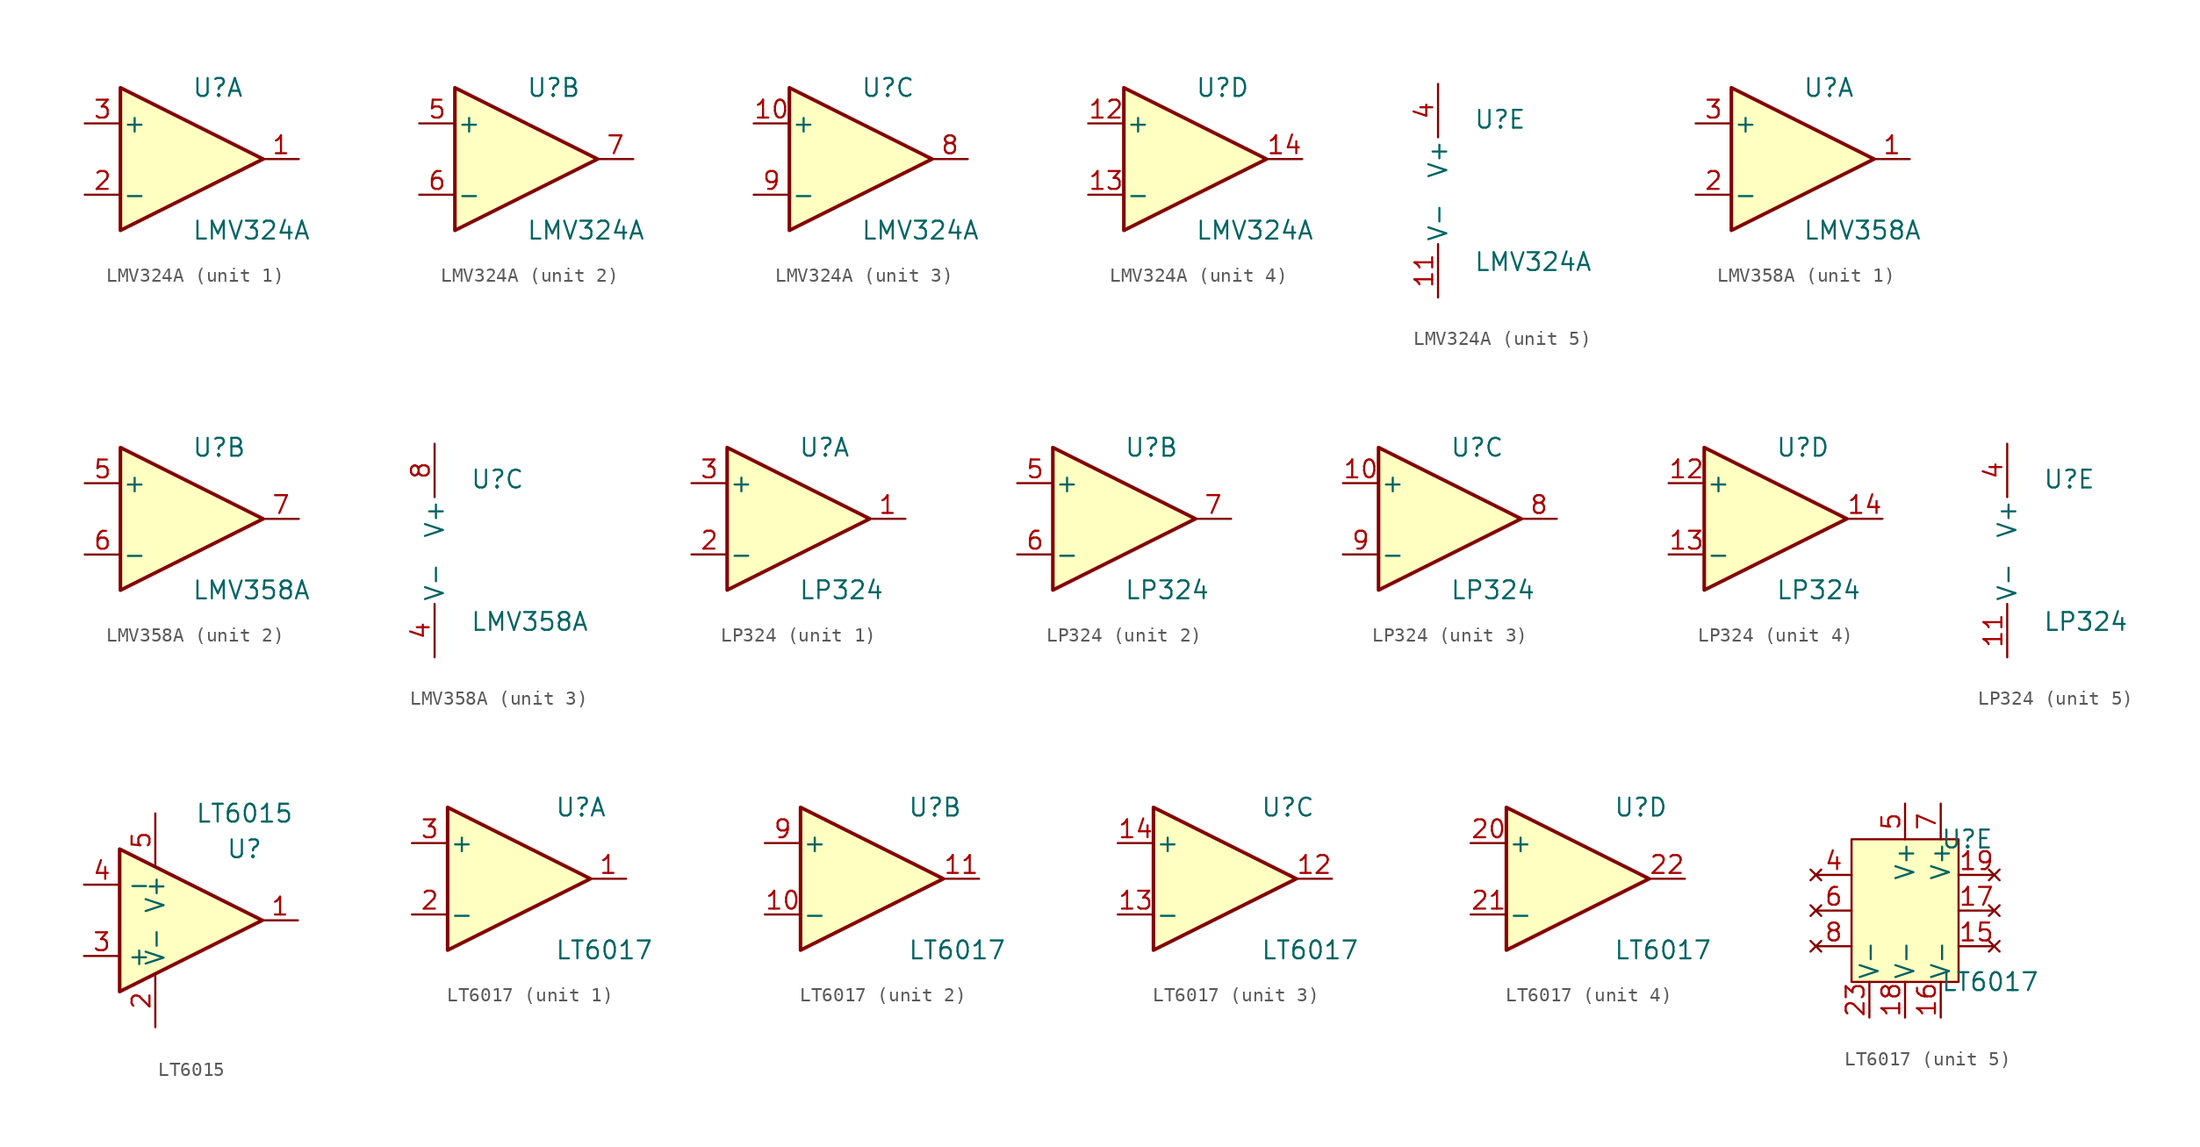
<source format=kicad_sym>
(kicad_symbol_lib
  (version 20231120)
  (generator "kicad_symbol_editor")
  (generator_version "8.0")
  (symbol "LMV324A"
    (pin_names
      (offset 0.127))
    (property "Reference" "U"
      (at 0 5.08 0)
      (effects (font (size 1.27 1.27)) (justify left)))
    (property "Value" "LMV324A"
      (at 0 -5.08 0)
      (effects (font (size 1.27 1.27)) (justify left)))
    (property "ki_locked" ""
      (at 0 0 0)
      (effects (font (size 1.27 1.27))))
    (symbol "LMV324A_1_1"
      (polyline (pts (xy -5.08 5.08) (xy 5.08 0) (xy -5.08 -5.08) (xy -5.08 5.08)) (stroke (width 0.254) (type default)) (fill (type background)))
      (pin output line (at 7.62 0 180) (length 2.54) (name "~" (effects (font (size 1.27 1.27)))) (number "1" (effects (font (size 1.27 1.27)))))
      (pin input line (at -7.62 -2.54 0) (length 2.54) (name "-" (effects (font (size 1.27 1.27)))) (number "2" (effects (font (size 1.27 1.27)))))
      (pin input line (at -7.62 2.54 0) (length 2.54) (name "+" (effects (font (size 1.27 1.27)))) (number "3" (effects (font (size 1.27 1.27))))))
    (symbol "LMV324A_2_1"
      (polyline (pts (xy -5.08 5.08) (xy 5.08 0) (xy -5.08 -5.08) (xy -5.08 5.08)) (stroke (width 0.254) (type default)) (fill (type background)))
      (pin input line (at -7.62 2.54 0) (length 2.54) (name "+" (effects (font (size 1.27 1.27)))) (number "5" (effects (font (size 1.27 1.27)))))
      (pin input line (at -7.62 -2.54 0) (length 2.54) (name "-" (effects (font (size 1.27 1.27)))) (number "6" (effects (font (size 1.27 1.27)))))
      (pin output line (at 7.62 0 180) (length 2.54) (name "~" (effects (font (size 1.27 1.27)))) (number "7" (effects (font (size 1.27 1.27))))))
    (symbol "LMV324A_3_1"
      (polyline (pts (xy -5.08 5.08) (xy 5.08 0) (xy -5.08 -5.08) (xy -5.08 5.08)) (stroke (width 0.254) (type default)) (fill (type background)))
      (pin input line (at -7.62 2.54 0) (length 2.54) (name "+" (effects (font (size 1.27 1.27)))) (number "10" (effects (font (size 1.27 1.27)))))
      (pin output line (at 7.62 0 180) (length 2.54) (name "~" (effects (font (size 1.27 1.27)))) (number "8" (effects (font (size 1.27 1.27)))))
      (pin input line (at -7.62 -2.54 0) (length 2.54) (name "-" (effects (font (size 1.27 1.27)))) (number "9" (effects (font (size 1.27 1.27))))))
    (symbol "LMV324A_4_1"
      (polyline (pts (xy -5.08 5.08) (xy 5.08 0) (xy -5.08 -5.08) (xy -5.08 5.08)) (stroke (width 0.254) (type default)) (fill (type background)))
      (pin input line (at -7.62 2.54 0) (length 2.54) (name "+" (effects (font (size 1.27 1.27)))) (number "12" (effects (font (size 1.27 1.27)))))
      (pin input line (at -7.62 -2.54 0) (length 2.54) (name "-" (effects (font (size 1.27 1.27)))) (number "13" (effects (font (size 1.27 1.27)))))
      (pin output line (at 7.62 0 180) (length 2.54) (name "~" (effects (font (size 1.27 1.27)))) (number "14" (effects (font (size 1.27 1.27))))))
    (symbol "LMV324A_5_1"
      (pin power_in line (at -2.54 -7.62 90) (length 3.81) (name "V-" (effects (font (size 1.27 1.27)))) (number "11" (effects (font (size 1.27 1.27)))))
      (pin power_in line (at -2.54 7.62 270) (length 3.81) (name "V+" (effects (font (size 1.27 1.27)))) (number "4" (effects (font (size 1.27 1.27)))))))
  (symbol "LMV358A"
    (pin_names
      (offset 0.127))
    (property "Reference" "U"
      (at 0 5.08 0)
      (effects (font (size 1.27 1.27)) (justify left)))
    (property "Value" "LMV358A"
      (at 0 -5.08 0)
      (effects (font (size 1.27 1.27)) (justify left)))
    (property "ki_locked" ""
      (at 0 0 0)
      (effects (font (size 1.27 1.27))))
    (symbol "LMV358A_1_1"
      (polyline (pts (xy -5.08 5.08) (xy 5.08 0) (xy -5.08 -5.08) (xy -5.08 5.08)) (stroke (width 0.254) (type default)) (fill (type background)))
      (pin output line (at 7.62 0 180) (length 2.54) (name "~" (effects (font (size 1.27 1.27)))) (number "1" (effects (font (size 1.27 1.27)))))
      (pin input line (at -7.62 -2.54 0) (length 2.54) (name "-" (effects (font (size 1.27 1.27)))) (number "2" (effects (font (size 1.27 1.27)))))
      (pin input line (at -7.62 2.54 0) (length 2.54) (name "+" (effects (font (size 1.27 1.27)))) (number "3" (effects (font (size 1.27 1.27))))))
    (symbol "LMV358A_2_1"
      (polyline (pts (xy -5.08 5.08) (xy 5.08 0) (xy -5.08 -5.08) (xy -5.08 5.08)) (stroke (width 0.254) (type default)) (fill (type background)))
      (pin input line (at -7.62 2.54 0) (length 2.54) (name "+" (effects (font (size 1.27 1.27)))) (number "5" (effects (font (size 1.27 1.27)))))
      (pin input line (at -7.62 -2.54 0) (length 2.54) (name "-" (effects (font (size 1.27 1.27)))) (number "6" (effects (font (size 1.27 1.27)))))
      (pin output line (at 7.62 0 180) (length 2.54) (name "~" (effects (font (size 1.27 1.27)))) (number "7" (effects (font (size 1.27 1.27))))))
    (symbol "LMV358A_3_1"
      (pin power_in line (at -2.54 -7.62 90) (length 3.81) (name "V-" (effects (font (size 1.27 1.27)))) (number "4" (effects (font (size 1.27 1.27)))))
      (pin power_in line (at -2.54 7.62 270) (length 3.81) (name "V+" (effects (font (size 1.27 1.27)))) (number "8" (effects (font (size 1.27 1.27)))))))
  (symbol "LP324"
    (pin_names
      (offset 0.127))
    (property "Reference" "U"
      (at 0 5.08 0)
      (effects (font (size 1.27 1.27)) (justify left)))
    (property "Value" "LP324"
      (at 0 -5.08 0)
      (effects (font (size 1.27 1.27)) (justify left)))
    (property "ki_locked" ""
      (at 0 0 0)
      (effects (font (size 1.27 1.27))))
    (symbol "LP324_1_1"
      (polyline (pts (xy -5.08 5.08) (xy 5.08 0) (xy -5.08 -5.08) (xy -5.08 5.08)) (stroke (width 0.254) (type default)) (fill (type background)))
      (pin output line (at 7.62 0 180) (length 2.54) (name "~" (effects (font (size 1.27 1.27)))) (number "1" (effects (font (size 1.27 1.27)))))
      (pin input line (at -7.62 -2.54 0) (length 2.54) (name "-" (effects (font (size 1.27 1.27)))) (number "2" (effects (font (size 1.27 1.27)))))
      (pin input line (at -7.62 2.54 0) (length 2.54) (name "+" (effects (font (size 1.27 1.27)))) (number "3" (effects (font (size 1.27 1.27))))))
    (symbol "LP324_2_1"
      (polyline (pts (xy -5.08 5.08) (xy 5.08 0) (xy -5.08 -5.08) (xy -5.08 5.08)) (stroke (width 0.254) (type default)) (fill (type background)))
      (pin input line (at -7.62 2.54 0) (length 2.54) (name "+" (effects (font (size 1.27 1.27)))) (number "5" (effects (font (size 1.27 1.27)))))
      (pin input line (at -7.62 -2.54 0) (length 2.54) (name "-" (effects (font (size 1.27 1.27)))) (number "6" (effects (font (size 1.27 1.27)))))
      (pin output line (at 7.62 0 180) (length 2.54) (name "~" (effects (font (size 1.27 1.27)))) (number "7" (effects (font (size 1.27 1.27))))))
    (symbol "LP324_3_1"
      (polyline (pts (xy -5.08 5.08) (xy 5.08 0) (xy -5.08 -5.08) (xy -5.08 5.08)) (stroke (width 0.254) (type default)) (fill (type background)))
      (pin input line (at -7.62 2.54 0) (length 2.54) (name "+" (effects (font (size 1.27 1.27)))) (number "10" (effects (font (size 1.27 1.27)))))
      (pin output line (at 7.62 0 180) (length 2.54) (name "~" (effects (font (size 1.27 1.27)))) (number "8" (effects (font (size 1.27 1.27)))))
      (pin input line (at -7.62 -2.54 0) (length 2.54) (name "-" (effects (font (size 1.27 1.27)))) (number "9" (effects (font (size 1.27 1.27))))))
    (symbol "LP324_4_1"
      (polyline (pts (xy -5.08 5.08) (xy 5.08 0) (xy -5.08 -5.08) (xy -5.08 5.08)) (stroke (width 0.254) (type default)) (fill (type background)))
      (pin input line (at -7.62 2.54 0) (length 2.54) (name "+" (effects (font (size 1.27 1.27)))) (number "12" (effects (font (size 1.27 1.27)))))
      (pin input line (at -7.62 -2.54 0) (length 2.54) (name "-" (effects (font (size 1.27 1.27)))) (number "13" (effects (font (size 1.27 1.27)))))
      (pin output line (at 7.62 0 180) (length 2.54) (name "~" (effects (font (size 1.27 1.27)))) (number "14" (effects (font (size 1.27 1.27))))))
    (symbol "LP324_5_1"
      (pin power_in line (at -2.54 -7.62 90) (length 3.81) (name "V-" (effects (font (size 1.27 1.27)))) (number "11" (effects (font (size 1.27 1.27)))))
      (pin power_in line (at -2.54 7.62 270) (length 3.81) (name "V+" (effects (font (size 1.27 1.27)))) (number "4" (effects (font (size 1.27 1.27)))))))
  (symbol "LT6015"
    (property "Reference" "U"
      (at 6.35 5.08 0)
      (effects (font (size 1.27 1.27))))
    (property "Value" "LT6015"
      (at 6.35 7.62 0)
      (effects (font (size 1.27 1.27))))
    (symbol "LT6015_0_1"
      (polyline (pts (xy -2.54 5.08) (xy 7.62 0) (xy -2.54 -5.08) (xy -2.54 5.08)) (stroke (width 0.254) (type default)) (fill (type background)))
      (pin power_in line (at 0 -7.62 90) (length 3.81) (name "V-" (effects (font (size 1.27 1.27)))) (number "2" (effects (font (size 1.27 1.27)))))
      (pin power_in line (at 0 7.62 270) (length 3.81) (name "V+" (effects (font (size 1.27 1.27)))) (number "5" (effects (font (size 1.27 1.27))))))
    (symbol "LT6015_1_1"
      (pin output line (at 10.16 0 180) (length 2.54) (name "~" (effects (font (size 1.27 1.27)))) (number "1" (effects (font (size 1.27 1.27)))))
      (pin input line (at -5.08 -2.54 0) (length 2.54) (name "+" (effects (font (size 1.27 1.27)))) (number "3" (effects (font (size 1.27 1.27)))))
      (pin input line (at -5.08 2.54 0) (length 2.54) (name "-" (effects (font (size 1.27 1.27)))) (number "4" (effects (font (size 1.27 1.27)))))))
  (symbol "LT6017"
    (pin_names
      (offset 0.127))
    (property "Reference" "U"
      (at 2.54 5.08 0)
      (effects (font (size 1.27 1.27)) (justify left)))
    (property "Value" "LT6017"
      (at 2.54 -5.08 0)
      (effects (font (size 1.27 1.27)) (justify left)))
    (property "ki_locked" ""
      (at 0 0 0)
      (effects (font (size 1.27 1.27))))
    (symbol "LT6017_1_1"
      (polyline (pts (xy -5.08 5.08) (xy 5.08 0) (xy -5.08 -5.08) (xy -5.08 5.08)) (stroke (width 0.254) (type default)) (fill (type background)))
      (pin output line (at 7.62 0 180) (length 2.54) (name "~" (effects (font (size 1.27 1.27)))) (number "1" (effects (font (size 1.27 1.27)))))
      (pin input line (at -7.62 -2.54 0) (length 2.54) (name "-" (effects (font (size 1.27 1.27)))) (number "2" (effects (font (size 1.27 1.27)))))
      (pin input line (at -7.62 2.54 0) (length 2.54) (name "+" (effects (font (size 1.27 1.27)))) (number "3" (effects (font (size 1.27 1.27))))))
    (symbol "LT6017_2_1"
      (polyline (pts (xy -5.08 5.08) (xy 5.08 0) (xy -5.08 -5.08) (xy -5.08 5.08)) (stroke (width 0.254) (type default)) (fill (type background)))
      (pin input line (at -7.62 -2.54 0) (length 2.54) (name "-" (effects (font (size 1.27 1.27)))) (number "10" (effects (font (size 1.27 1.27)))))
      (pin output line (at 7.62 0 180) (length 2.54) (name "~" (effects (font (size 1.27 1.27)))) (number "11" (effects (font (size 1.27 1.27)))))
      (pin input line (at -7.62 2.54 0) (length 2.54) (name "+" (effects (font (size 1.27 1.27)))) (number "9" (effects (font (size 1.27 1.27))))))
    (symbol "LT6017_3_1"
      (polyline (pts (xy -5.08 5.08) (xy 5.08 0) (xy -5.08 -5.08) (xy -5.08 5.08)) (stroke (width 0.254) (type default)) (fill (type background)))
      (pin output line (at 7.62 0 180) (length 2.54) (name "~" (effects (font (size 1.27 1.27)))) (number "12" (effects (font (size 1.27 1.27)))))
      (pin input line (at -7.62 -2.54 0) (length 2.54) (name "-" (effects (font (size 1.27 1.27)))) (number "13" (effects (font (size 1.27 1.27)))))
      (pin input line (at -7.62 2.54 0) (length 2.54) (name "+" (effects (font (size 1.27 1.27)))) (number "14" (effects (font (size 1.27 1.27))))))
    (symbol "LT6017_4_1"
      (polyline (pts (xy -5.08 5.08) (xy 5.08 0) (xy -5.08 -5.08) (xy -5.08 5.08)) (stroke (width 0.254) (type default)) (fill (type background)))
      (pin input line (at -7.62 2.54 0) (length 2.54) (name "+" (effects (font (size 1.27 1.27)))) (number "20" (effects (font (size 1.27 1.27)))))
      (pin input line (at -7.62 -2.54 0) (length 2.54) (name "-" (effects (font (size 1.27 1.27)))) (number "21" (effects (font (size 1.27 1.27)))))
      (pin output line (at 7.62 0 180) (length 2.54) (name "~" (effects (font (size 1.27 1.27)))) (number "22" (effects (font (size 1.27 1.27))))))
    (symbol "LT6017_5_0"
      (pin no_connect line (at 6.35 -2.54 180) (length 2.54) (name "" (effects (font (size 1.27 1.27)))) (number "15" (effects (font (size 1.27 1.27)))))
      (pin power_in line (at 2.54 -7.62 90) (length 2.54) (name "V-" (effects (font (size 1.27 1.27)))) (number "16" (effects (font (size 1.27 1.27)))))
      (pin no_connect line (at 6.35 0 180) (length 2.54) (name "" (effects (font (size 1.27 1.27)))) (number "17" (effects (font (size 1.27 1.27)))))
      (pin power_in line (at 0 -7.62 90) (length 2.54) (name "V-" (effects (font (size 1.27 1.27)))) (number "18" (effects (font (size 1.27 1.27)))))
      (pin no_connect line (at 6.35 2.54 180) (length 2.54) (name "" (effects (font (size 1.27 1.27)))) (number "19" (effects (font (size 1.27 1.27)))))
      (pin power_in line (at -2.54 -7.62 90) (length 2.54) (name "V-" (effects (font (size 1.27 1.27)))) (number "23" (effects (font (size 1.27 1.27)))))
      (pin no_connect line (at -6.35 2.54 0) (length 2.54) (name "" (effects (font (size 1.27 1.27)))) (number "4" (effects (font (size 1.27 1.27)))))
      (pin power_in line (at 0 7.62 270) (length 2.54) (name "V+" (effects (font (size 1.27 1.27)))) (number "5" (effects (font (size 1.27 1.27)))))
      (pin no_connect line (at -6.35 0 0) (length 2.54) (name "" (effects (font (size 1.27 1.27)))) (number "6" (effects (font (size 1.27 1.27)))))
      (pin power_in line (at 2.54 7.62 270) (length 2.54) (name "V+" (effects (font (size 1.27 1.27)))) (number "7" (effects (font (size 1.27 1.27)))))
      (pin no_connect line (at -6.35 -2.54 0) (length 2.54) (name "" (effects (font (size 1.27 1.27)))) (number "8" (effects (font (size 1.27 1.27))))))
    (symbol "LT6017_5_1"
      (rectangle (start -3.81 5.08) (end 3.81 -5.08) (stroke (width 0) (type default)) (fill (type background))))))
</source>
